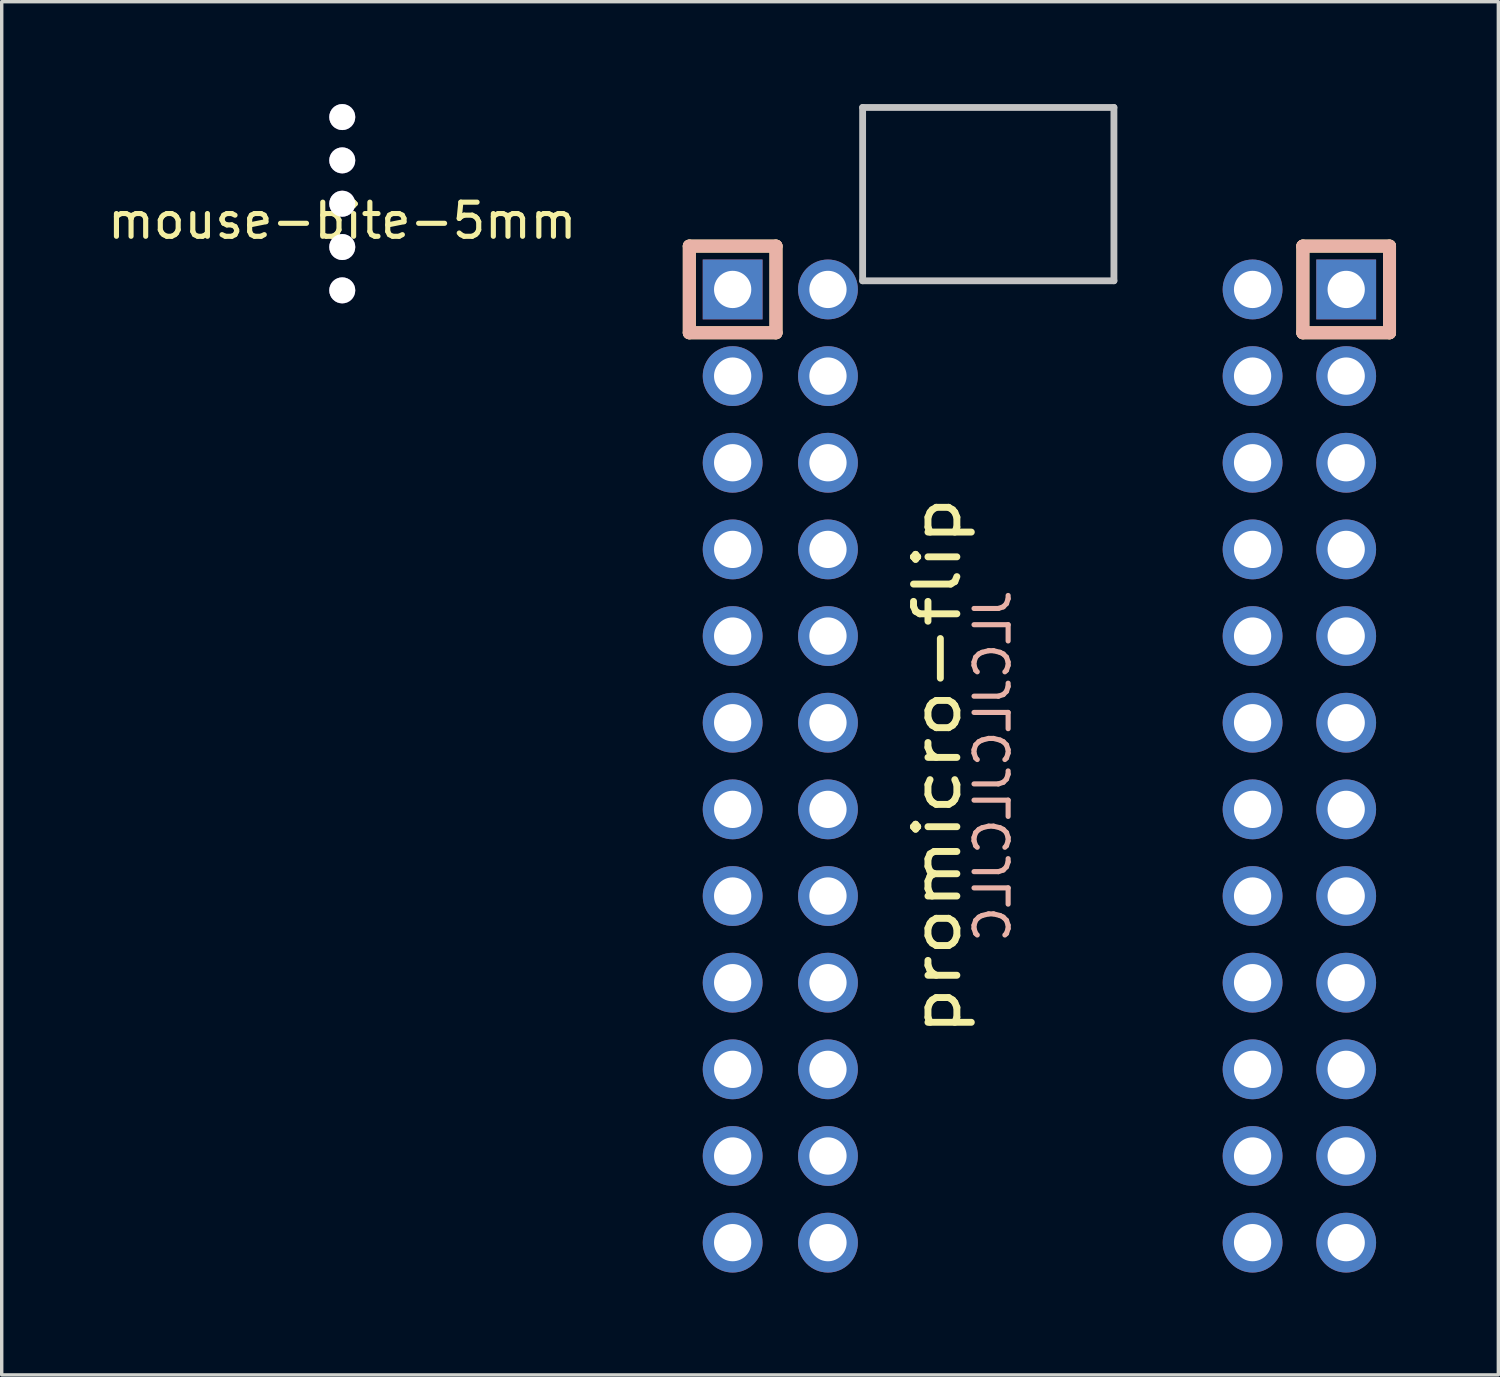
<source format=kicad_pcb>
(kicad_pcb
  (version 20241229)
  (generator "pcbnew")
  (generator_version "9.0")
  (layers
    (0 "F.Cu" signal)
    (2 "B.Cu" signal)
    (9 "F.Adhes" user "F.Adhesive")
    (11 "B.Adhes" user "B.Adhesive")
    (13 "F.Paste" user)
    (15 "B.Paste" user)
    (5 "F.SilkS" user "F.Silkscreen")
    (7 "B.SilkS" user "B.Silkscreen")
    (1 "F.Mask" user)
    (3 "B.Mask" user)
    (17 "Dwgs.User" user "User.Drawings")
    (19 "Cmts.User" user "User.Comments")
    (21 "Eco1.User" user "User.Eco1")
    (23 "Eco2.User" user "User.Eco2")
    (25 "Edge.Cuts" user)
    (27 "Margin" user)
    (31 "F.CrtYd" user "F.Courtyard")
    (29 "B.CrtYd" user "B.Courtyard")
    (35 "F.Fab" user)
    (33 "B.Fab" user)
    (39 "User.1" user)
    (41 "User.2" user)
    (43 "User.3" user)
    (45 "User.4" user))
  (footprint "mouse-bite-5mm"
    (layer "F.Cu")
    (at 6.982 2.921)
    (property "Reference" "mouse-bite-5mm" (at 0 0.5 0) (layer "F.SilkS") (effects (font (size 1 1) (thickness 0.15))))
    (attr through_hole)
    (pad "" thru_hole circle (at 0 -2.54) (size 0.762 0.762) (drill 0.762) (layers "*.Cu" "*.Mask"))
    (pad "" thru_hole circle (at 0 -1.27) (size 0.762 0.762) (drill 0.762) (layers "*.Cu" "*.Mask"))
    (pad "" thru_hole circle (at 0 0) (size 0.762 0.762) (drill 0.762) (layers "*.Cu" "*.Mask"))
    (pad "" thru_hole circle (at 0 1.27) (size 0.762 0.762) (drill 0.762) (layers "*.Cu" "*.Mask"))
    (pad "" thru_hole circle (at 0 2.54) (size 0.762 0.762) (drill 0.762) (layers "*.Cu" "*.Mask")))
  (footprint "promicro-flip"
    (layer "F.Cu")
    (at 26.045 19.404)
    (property "Reference" "promicro-flip" (at -1.625 0 270) (layer "F.SilkS") (effects (font (size 1.27 1.524) (thickness 0.203))))
    (attr through_hole)
    (fp_line (start -8.89 -15.24) (end -8.89 -12.7) (stroke (width 0.381) (type solid)) (layer "F.SilkS"))
    (fp_line (start -6.35 -15.24) (end -8.89 -15.24) (stroke (width 0.381) (type solid)) (layer "F.SilkS"))
    (fp_line (start -6.35 -15.24) (end -6.35 -12.7) (stroke (width 0.381) (type solid)) (layer "F.SilkS"))
    (fp_line (start -6.35 -12.7) (end -8.89 -12.7) (stroke (width 0.381) (type solid)) (layer "F.SilkS"))
    (fp_line (start 9.094 -15.24) (end 9.094 -12.7) (stroke (width 0.381) (type solid)) (layer "F.SilkS"))
    (fp_line (start 11.634 -15.24) (end 9.094 -15.24) (stroke (width 0.381) (type solid)) (layer "F.SilkS"))
    (fp_line (start 11.634 -15.24) (end 11.634 -12.7) (stroke (width 0.381) (type solid)) (layer "F.SilkS"))
    (fp_line (start 11.634 -12.7) (end 9.094 -12.7) (stroke (width 0.381) (type solid)) (layer "F.SilkS"))
    (fp_line (start -8.89 -15.24) (end -8.89 -12.7) (stroke (width 0.381) (type solid)) (layer "B.SilkS"))
    (fp_line (start -6.35 -15.24) (end -8.89 -15.24) (stroke (width 0.381) (type solid)) (layer "B.SilkS"))
    (fp_line (start -6.35 -15.24) (end -6.35 -12.7) (stroke (width 0.381) (type solid)) (layer "B.SilkS"))
    (fp_line (start -6.35 -12.7) (end -8.89 -12.7) (stroke (width 0.381) (type solid)) (layer "B.SilkS"))
    (fp_line (start 9.094 -15.24) (end 9.094 -12.7) (stroke (width 0.381) (type solid)) (layer "B.SilkS"))
    (fp_line (start 11.634 -15.24) (end 9.094 -15.24) (stroke (width 0.381) (type solid)) (layer "B.SilkS"))
    (fp_line (start 11.634 -15.24) (end 11.634 -12.7) (stroke (width 0.381) (type solid)) (layer "B.SilkS"))
    (fp_line (start 11.634 -12.7) (end 9.094 -12.7) (stroke (width 0.381) (type solid)) (layer "B.SilkS"))
    (fp_line (start -3.81 -19.304) (end 3.556 -19.304) (stroke (width 0.2) (type solid)) (layer "Dwgs.User"))
    (fp_line (start -3.81 -14.224) (end -3.81 -19.304) (stroke (width 0.2) (type solid)) (layer "Dwgs.User"))
    (fp_line (start 3.556 -19.304) (end 3.556 -14.224) (stroke (width 0.2) (type solid)) (layer "Dwgs.User"))
    (fp_line (start 3.556 -14.224) (end -3.81 -14.224) (stroke (width 0.2) (type solid)) (layer "Dwgs.User"))
    (fp_text user "JLCJLCJLCJLC" (at 0 0 270) (layer "B.SilkS") (effects (font (size 1 1) (thickness 0.15)) (justify mirror)))
    (pad "1" thru_hole rect (at -7.62 -13.97 270) (size 1.753 1.753) (drill 1.092) (layers "*.Cu" "*.Mask"))
    (pad "1" thru_hole rect (at 10.364 -13.97 270) (size 1.753 1.753) (drill 1.092) (layers "*.Cu" "*.Mask"))
    (pad "2" thru_hole circle (at -7.62 -11.43 270) (size 1.753 1.753) (drill 1.092) (layers "*.Cu" "*.Mask"))
    (pad "2" thru_hole circle (at 10.364 -11.43 270) (size 1.753 1.753) (drill 1.092) (layers "*.Cu" "*.Mask"))
    (pad "3" thru_hole circle (at -7.62 -8.89 270) (size 1.753 1.753) (drill 1.092) (layers "*.Cu" "*.Mask"))
    (pad "3" thru_hole circle (at 10.364 -8.89 270) (size 1.753 1.753) (drill 1.092) (layers "*.Cu" "*.Mask"))
    (pad "4" thru_hole circle (at -7.62 -6.35 270) (size 1.753 1.753) (drill 1.092) (layers "*.Cu" "*.Mask"))
    (pad "4" thru_hole circle (at 10.364 -6.35 270) (size 1.753 1.753) (drill 1.092) (layers "*.Cu" "*.Mask"))
    (pad "5" thru_hole circle (at -7.62 -3.81 270) (size 1.753 1.753) (drill 1.092) (layers "*.Cu" "*.Mask"))
    (pad "5" thru_hole circle (at 10.364 -3.81 270) (size 1.753 1.753) (drill 1.092) (layers "*.Cu" "*.Mask"))
    (pad "6" thru_hole circle (at -7.62 -1.27 270) (size 1.753 1.753) (drill 1.092) (layers "*.Cu" "*.Mask"))
    (pad "6" thru_hole circle (at 10.364 -1.27 270) (size 1.753 1.753) (drill 1.092) (layers "*.Cu" "*.Mask"))
    (pad "7" thru_hole circle (at -7.62 1.27 270) (size 1.753 1.753) (drill 1.092) (layers "*.Cu" "*.Mask"))
    (pad "7" thru_hole circle (at 10.364 1.27 270) (size 1.753 1.753) (drill 1.092) (layers "*.Cu" "*.Mask"))
    (pad "8" thru_hole circle (at -7.62 3.81 270) (size 1.753 1.753) (drill 1.092) (layers "*.Cu" "*.Mask"))
    (pad "8" thru_hole circle (at 10.364 3.81 270) (size 1.753 1.753) (drill 1.092) (layers "*.Cu" "*.Mask"))
    (pad "9" thru_hole circle (at -7.62 6.35 270) (size 1.753 1.753) (drill 1.092) (layers "*.Cu" "*.Mask"))
    (pad "9" thru_hole circle (at 10.364 6.35 270) (size 1.753 1.753) (drill 1.092) (layers "*.Cu" "*.Mask"))
    (pad "10" thru_hole circle (at -7.62 8.89 270) (size 1.753 1.753) (drill 1.092) (layers "*.Cu" "*.Mask"))
    (pad "10" thru_hole circle (at 10.364 8.89 270) (size 1.753 1.753) (drill 1.092) (layers "*.Cu" "*.Mask"))
    (pad "11" thru_hole circle (at -7.62 11.43 270) (size 1.753 1.753) (drill 1.092) (layers "*.Cu" "*.Mask"))
    (pad "11" thru_hole circle (at 10.364 11.43 270) (size 1.753 1.753) (drill 1.092) (layers "*.Cu" "*.Mask"))
    (pad "12" thru_hole circle (at -7.62 13.97 270) (size 1.753 1.753) (drill 1.092) (layers "*.Cu" "*.Mask"))
    (pad "12" thru_hole circle (at 10.364 13.97 270) (size 1.753 1.753) (drill 1.092) (layers "*.Cu" "*.Mask"))
    (pad "13" thru_hole circle (at -4.826 13.97 270) (size 1.753 1.753) (drill 1.092) (layers "*.Cu" "*.Mask"))
    (pad "13" thru_hole circle (at 7.62 13.97 270) (size 1.753 1.753) (drill 1.092) (layers "*.Cu" "*.Mask"))
    (pad "14" thru_hole circle (at -4.826 11.43 270) (size 1.753 1.753) (drill 1.092) (layers "*.Cu" "*.Mask"))
    (pad "14" thru_hole circle (at 7.62 11.43 270) (size 1.753 1.753) (drill 1.092) (layers "*.Cu" "*.Mask"))
    (pad "15" thru_hole circle (at -4.826 8.89 270) (size 1.753 1.753) (drill 1.092) (layers "*.Cu" "*.Mask"))
    (pad "15" thru_hole circle (at 7.62 8.89 270) (size 1.753 1.753) (drill 1.092) (layers "*.Cu" "*.Mask"))
    (pad "16" thru_hole circle (at -4.826 6.35 270) (size 1.753 1.753) (drill 1.092) (layers "*.Cu" "*.Mask"))
    (pad "16" thru_hole circle (at 7.62 6.35 270) (size 1.753 1.753) (drill 1.092) (layers "*.Cu" "*.Mask"))
    (pad "17" thru_hole circle (at -4.826 3.81 270) (size 1.753 1.753) (drill 1.092) (layers "*.Cu" "*.Mask"))
    (pad "17" thru_hole circle (at 7.62 3.81 270) (size 1.753 1.753) (drill 1.092) (layers "*.Cu" "*.Mask"))
    (pad "18" thru_hole circle (at -4.826 1.27 270) (size 1.753 1.753) (drill 1.092) (layers "*.Cu" "*.Mask"))
    (pad "18" thru_hole circle (at 7.62 1.27 270) (size 1.753 1.753) (drill 1.092) (layers "*.Cu" "*.Mask"))
    (pad "19" thru_hole circle (at -4.826 -1.27 270) (size 1.753 1.753) (drill 1.092) (layers "*.Cu" "*.Mask"))
    (pad "19" thru_hole circle (at 7.62 -1.27 270) (size 1.753 1.753) (drill 1.092) (layers "*.Cu" "*.Mask"))
    (pad "20" thru_hole circle (at -4.826 -3.81 270) (size 1.753 1.753) (drill 1.092) (layers "*.Cu" "*.Mask"))
    (pad "20" thru_hole circle (at 7.62 -3.81 270) (size 1.753 1.753) (drill 1.092) (layers "*.Cu" "*.Mask"))
    (pad "21" thru_hole circle (at -4.826 -6.35 270) (size 1.753 1.753) (drill 1.092) (layers "*.Cu" "*.Mask"))
    (pad "21" thru_hole circle (at 7.62 -6.35 270) (size 1.753 1.753) (drill 1.092) (layers "*.Cu" "*.Mask"))
    (pad "22" thru_hole circle (at -4.826 -8.89 270) (size 1.753 1.753) (drill 1.092) (layers "*.Cu" "*.Mask"))
    (pad "22" thru_hole circle (at 7.62 -8.89 270) (size 1.753 1.753) (drill 1.092) (layers "*.Cu" "*.Mask"))
    (pad "23" thru_hole circle (at -4.826 -11.43 270) (size 1.753 1.753) (drill 1.092) (layers "*.Cu" "*.Mask"))
    (pad "23" thru_hole circle (at 7.62 -11.43 270) (size 1.753 1.753) (drill 1.092) (layers "*.Cu" "*.Mask"))
    (pad "24" thru_hole circle (at -4.826 -13.97 270) (size 1.753 1.753) (drill 1.092) (layers "*.Cu" "*.Mask"))
    (pad "24" thru_hole circle (at 7.62 -13.97 270) (size 1.753 1.753) (drill 1.092) (layers "*.Cu" "*.Mask")))
  (gr_rect
    (start -3 -3)
    (end 40.869 37.25)
    (stroke (width 0.1) (type default))
    (fill no)
    (layer "Edge.Cuts")))
</source>
